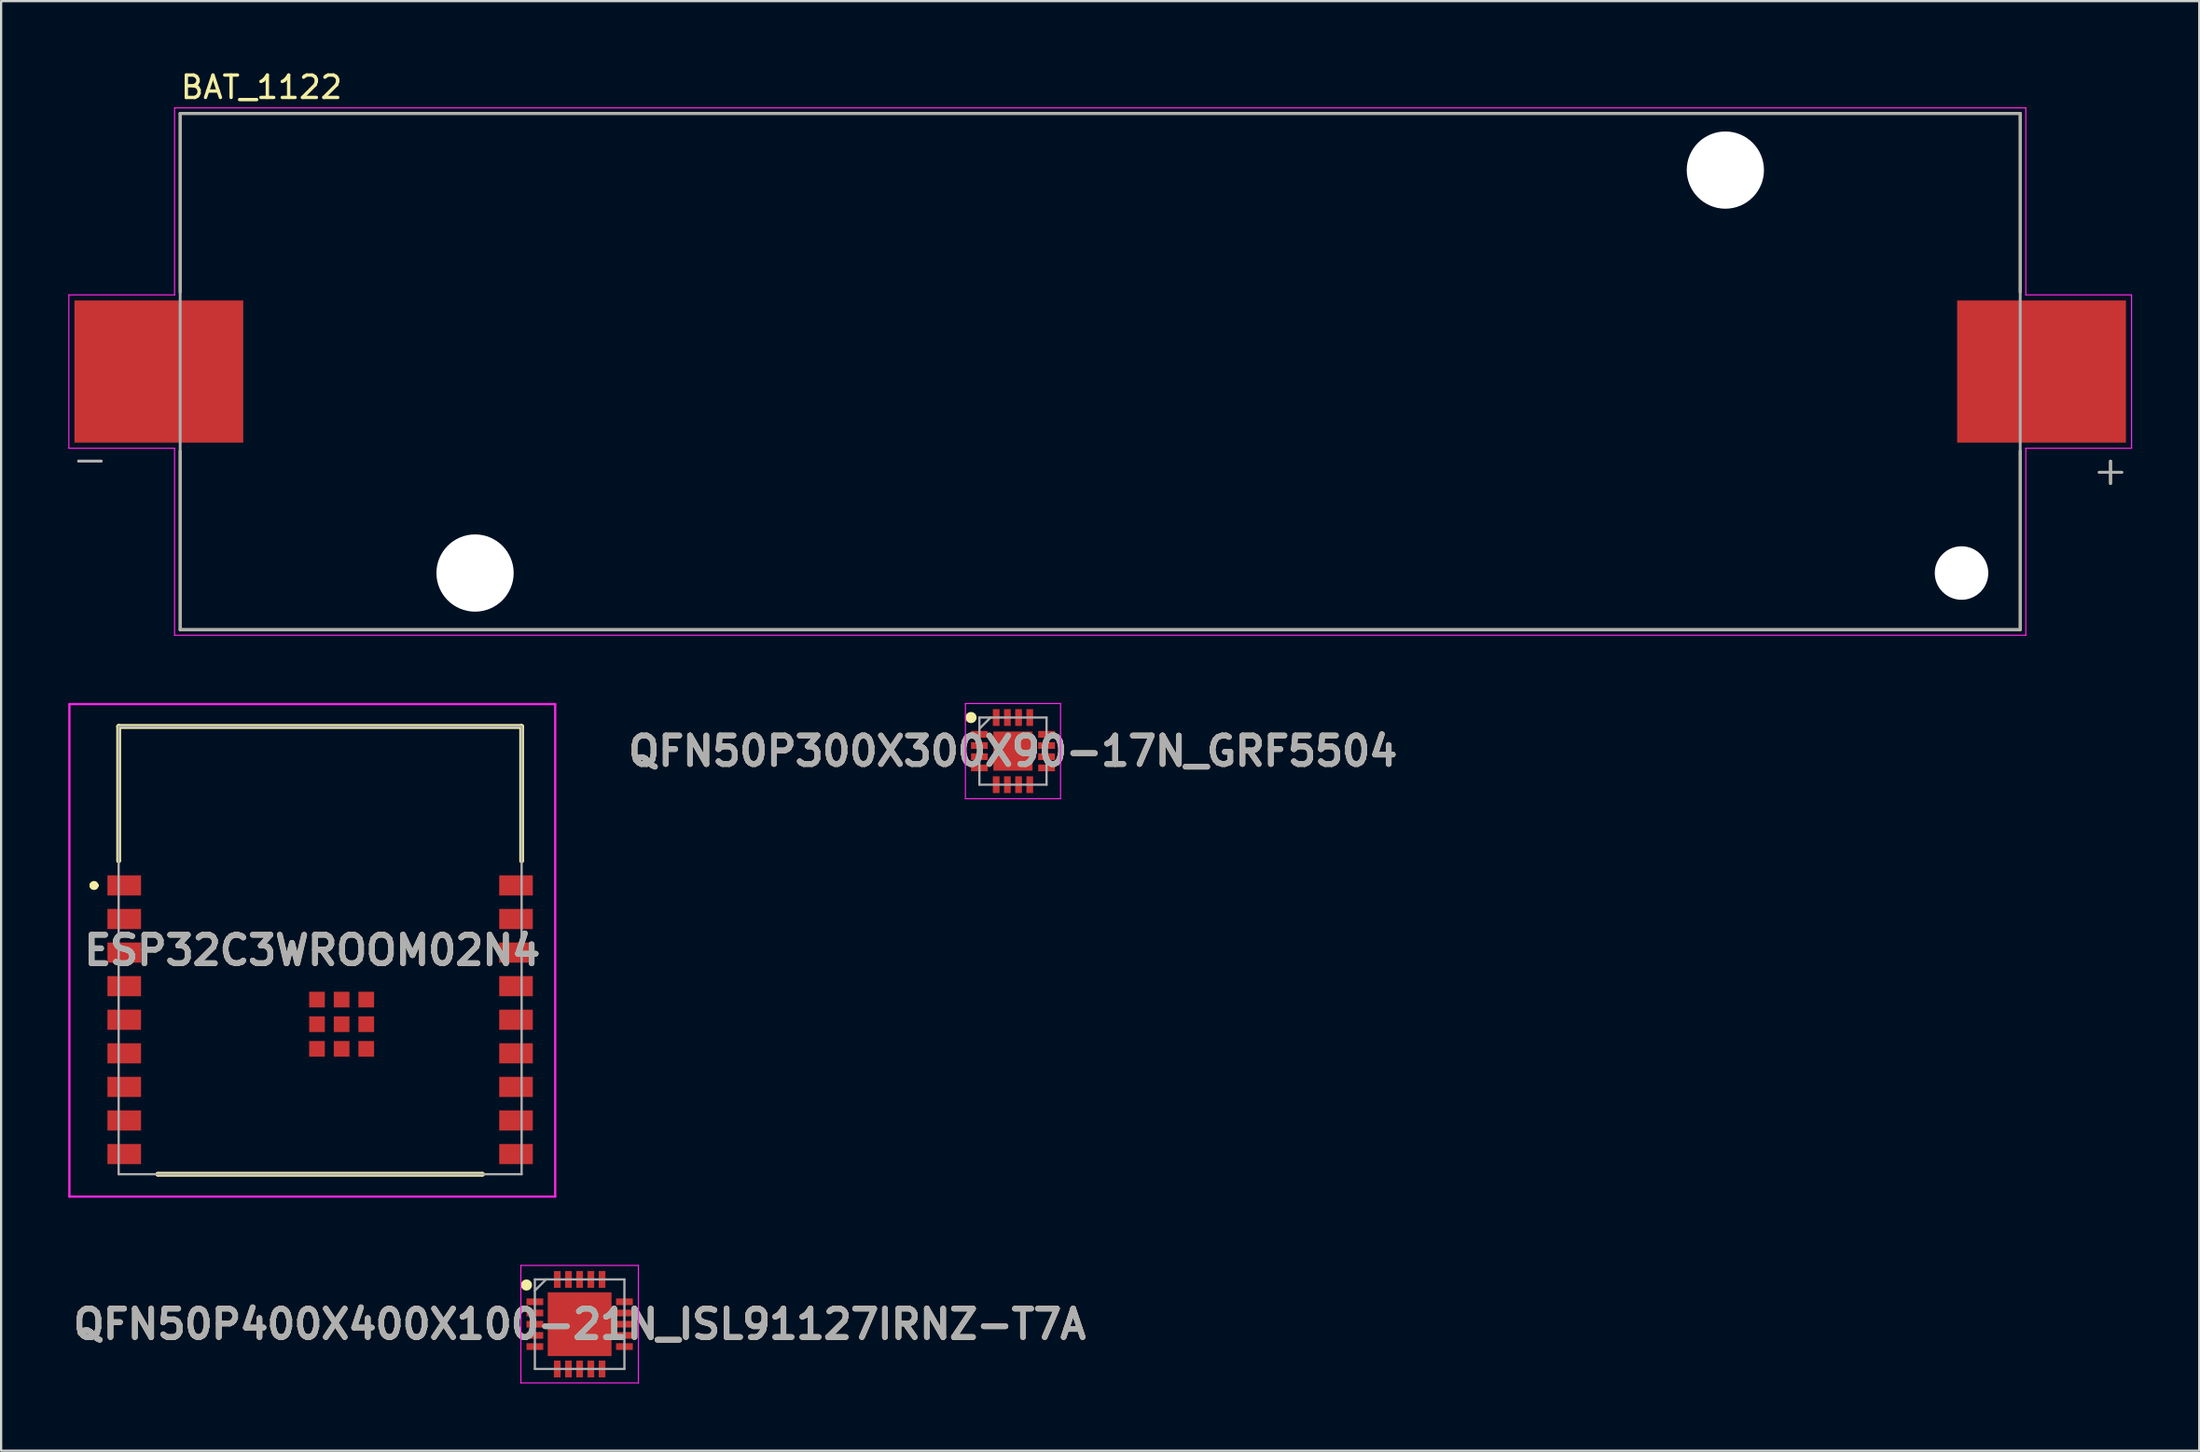
<source format=kicad_pcb>
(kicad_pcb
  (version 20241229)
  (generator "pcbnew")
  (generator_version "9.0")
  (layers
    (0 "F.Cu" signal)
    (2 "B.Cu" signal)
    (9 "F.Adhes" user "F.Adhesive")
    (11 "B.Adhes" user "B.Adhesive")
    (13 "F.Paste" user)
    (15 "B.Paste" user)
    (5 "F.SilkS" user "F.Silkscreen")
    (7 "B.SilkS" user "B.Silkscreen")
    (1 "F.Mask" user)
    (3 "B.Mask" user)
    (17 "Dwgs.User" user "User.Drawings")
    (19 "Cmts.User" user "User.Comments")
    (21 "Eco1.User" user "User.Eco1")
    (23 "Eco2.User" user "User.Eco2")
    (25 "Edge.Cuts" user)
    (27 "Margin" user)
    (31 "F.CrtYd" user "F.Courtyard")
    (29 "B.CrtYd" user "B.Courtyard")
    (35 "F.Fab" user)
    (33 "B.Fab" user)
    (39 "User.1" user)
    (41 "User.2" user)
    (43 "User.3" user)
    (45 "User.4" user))
  (footprint "ESP32C3WROOM02N4"
    (layer "F.Cu")
    (at 12.21 42.703)
    (property "Reference" "ESP32C3WROOM02N4" (at -1.31 -3.3 0) (layer "F.SilkS") (effects (font (size 1.27 1.27) (thickness 0.254))))
    (attr smd)
    (fp_line (start -11.16 -6.2) (end -11.16 -6.2) (stroke (width 0.2) (type solid)) (layer "F.SilkS"))
    (fp_line (start -11.16 -6.2) (end -11.16 -6.2) (stroke (width 0.2) (type solid)) (layer "F.SilkS"))
    (fp_line (start -10.96 -6.2) (end -10.96 -6.2) (stroke (width 0.2) (type solid)) (layer "F.SilkS"))
    (fp_line (start -9.96 -13.3) (end -9.96 -13.3) (stroke (width 0.2) (type solid)) (layer "F.SilkS"))
    (fp_line (start -9.96 -13.3) (end -9.96 -13.3) (stroke (width 0.2) (type solid)) (layer "F.SilkS"))
    (fp_line (start -9.96 -13.3) (end -9.96 -7.3) (stroke (width 0.2) (type solid)) (layer "F.SilkS"))
    (fp_line (start -9.96 -13.3) (end 8.04 -13.3) (stroke (width 0.2) (type solid)) (layer "F.SilkS"))
    (fp_line (start -9.96 -7.3) (end -9.96 -13.3) (stroke (width 0.2) (type solid)) (layer "F.SilkS"))
    (fp_line (start -9.96 -7.3) (end -9.96 -7.3) (stroke (width 0.2) (type solid)) (layer "F.SilkS"))
    (fp_line (start -8.21 6.7) (end -8.21 6.7) (stroke (width 0.2) (type solid)) (layer "F.SilkS"))
    (fp_line (start -8.21 6.7) (end 6.29 6.7) (stroke (width 0.2) (type solid)) (layer "F.SilkS"))
    (fp_line (start 6.29 6.7) (end -8.21 6.7) (stroke (width 0.2) (type solid)) (layer "F.SilkS"))
    (fp_line (start 6.29 6.7) (end 6.29 6.7) (stroke (width 0.2) (type solid)) (layer "F.SilkS"))
    (fp_line (start 8.04 -13.3) (end -9.96 -13.3) (stroke (width 0.2) (type solid)) (layer "F.SilkS"))
    (fp_line (start 8.04 -13.3) (end 8.04 -13.3) (stroke (width 0.2) (type solid)) (layer "F.SilkS"))
    (fp_line (start 8.04 -13.3) (end 8.04 -13.3) (stroke (width 0.2) (type solid)) (layer "F.SilkS"))
    (fp_line (start 8.04 -13.3) (end 8.04 -7.3) (stroke (width 0.2) (type solid)) (layer "F.SilkS"))
    (fp_line (start 8.04 -7.3) (end 8.04 -13.3) (stroke (width 0.2) (type solid)) (layer "F.SilkS"))
    (fp_line (start 8.04 -7.3) (end 8.04 -7.3) (stroke (width 0.2) (type solid)) (layer "F.SilkS"))
    (fp_arc (start -11.16 -6.2) (mid -11.06 -6.3) (end -10.96 -6.2) (stroke (width 0.2) (type solid)) (layer "F.SilkS"))
    (fp_arc (start -10.96 -6.2) (mid -11.06 -6.1) (end -11.16 -6.2) (stroke (width 0.2) (type solid)) (layer "F.SilkS"))
    (fp_arc (start -10.96 -6.2) (mid -11.06 -6.1) (end -11.16 -6.2) (stroke (width 0.2) (type solid)) (layer "F.SilkS"))
    (fp_line (start -12.16 -14.3) (end 9.54 -14.3) (stroke (width 0.1) (type solid)) (layer "F.CrtYd"))
    (fp_line (start -12.16 7.7) (end -12.16 -14.3) (stroke (width 0.1) (type solid)) (layer "F.CrtYd"))
    (fp_line (start 9.54 -14.3) (end 9.54 7.7) (stroke (width 0.1) (type solid)) (layer "F.CrtYd"))
    (fp_line (start 9.54 7.7) (end -12.16 7.7) (stroke (width 0.1) (type solid)) (layer "F.CrtYd"))
    (fp_line (start -9.96 -13.3) (end -9.96 6.7) (stroke (width 0.1) (type solid)) (layer "F.Fab"))
    (fp_line (start -9.96 6.7) (end 8.04 6.7) (stroke (width 0.1) (type solid)) (layer "F.Fab"))
    (fp_line (start 8.04 -13.3) (end -9.96 -13.3) (stroke (width 0.1) (type solid)) (layer "F.Fab"))
    (fp_line (start 8.04 6.7) (end 8.04 -13.3) (stroke (width 0.1) (type solid)) (layer "F.Fab"))
    (fp_text user "${REFERENCE}" (at -1.31 -3.3 0) (layer "F.Fab") (effects (font (size 1.27 1.27) (thickness 0.254))))
    (pad "1" smd rect (at -9.71 -6.2 90) (size 0.9 1.5) (layers "F.Cu" "F.Mask" "F.Paste"))
    (pad "2" smd rect (at -9.71 -4.7 90) (size 0.9 1.5) (layers "F.Cu" "F.Mask" "F.Paste"))
    (pad "3" smd rect (at -9.71 -3.2 90) (size 0.9 1.5) (layers "F.Cu" "F.Mask" "F.Paste"))
    (pad "4" smd rect (at -9.71 -1.7 90) (size 0.9 1.5) (layers "F.Cu" "F.Mask" "F.Paste"))
    (pad "5" smd rect (at -9.71 -0.2 90) (size 0.9 1.5) (layers "F.Cu" "F.Mask" "F.Paste"))
    (pad "6" smd rect (at -9.71 1.3 90) (size 0.9 1.5) (layers "F.Cu" "F.Mask" "F.Paste"))
    (pad "7" smd rect (at -9.71 2.8 90) (size 0.9 1.5) (layers "F.Cu" "F.Mask" "F.Paste"))
    (pad "8" smd rect (at -9.71 4.3 90) (size 0.9 1.5) (layers "F.Cu" "F.Mask" "F.Paste"))
    (pad "9" smd rect (at -9.71 5.8 90) (size 0.9 1.5) (layers "F.Cu" "F.Mask" "F.Paste"))
    (pad "10" smd rect (at 7.79 5.8 90) (size 0.9 1.5) (layers "F.Cu" "F.Mask" "F.Paste"))
    (pad "11" smd rect (at 7.79 4.3 90) (size 0.9 1.5) (layers "F.Cu" "F.Mask" "F.Paste"))
    (pad "12" smd rect (at 7.79 2.8 90) (size 0.9 1.5) (layers "F.Cu" "F.Mask" "F.Paste"))
    (pad "13" smd rect (at 7.79 1.3 90) (size 0.9 1.5) (layers "F.Cu" "F.Mask" "F.Paste"))
    (pad "14" smd rect (at 7.79 -0.2 90) (size 0.9 1.5) (layers "F.Cu" "F.Mask" "F.Paste"))
    (pad "15" smd rect (at 7.79 -1.7 90) (size 0.9 1.5) (layers "F.Cu" "F.Mask" "F.Paste"))
    (pad "16" smd rect (at 7.79 -3.2 90) (size 0.9 1.5) (layers "F.Cu" "F.Mask" "F.Paste"))
    (pad "17" smd rect (at 7.79 -4.7 90) (size 0.9 1.5) (layers "F.Cu" "F.Mask" "F.Paste"))
    (pad "18" smd rect (at 7.79 -6.2 90) (size 0.9 1.5) (layers "F.Cu" "F.Mask" "F.Paste"))
    (pad "19" smd rect (at 0 0 90) (size 0.7 0.7) (layers "F.Cu" "F.Mask" "F.Paste"))
    (pad "20" smd rect (at 1.1 0 90) (size 0.7 0.7) (layers "F.Cu" "F.Mask" "F.Paste"))
    (pad "21" smd rect (at 1.1 -1.1 90) (size 0.7 0.7) (layers "F.Cu" "F.Mask" "F.Paste"))
    (pad "22" smd rect (at 0 -1.1 90) (size 0.7 0.7) (layers "F.Cu" "F.Mask" "F.Paste"))
    (pad "23" smd rect (at -1.1 -1.1 90) (size 0.7 0.7) (layers "F.Cu" "F.Mask" "F.Paste"))
    (pad "24" smd rect (at -1.1 0 90) (size 0.7 0.7) (layers "F.Cu" "F.Mask" "F.Paste"))
    (pad "25" smd rect (at -1.1 1.1 90) (size 0.7 0.7) (layers "F.Cu" "F.Mask" "F.Paste"))
    (pad "26" smd rect (at 0 1.1 90) (size 0.7 0.7) (layers "F.Cu" "F.Mask" "F.Paste"))
    (pad "27" smd rect (at 1.1 1.1 90) (size 0.7 0.7) (layers "F.Cu" "F.Mask" "F.Paste")))
  (footprint "QFN50P400X400X100-21N_ISL91127IRNZ-T7A"
    (layer "F.Cu")
    (at 22.842 56.103)
    (property "Reference" "QFN50P400X400X100-21N_ISL91127IRNZ-T7A" (at 0 0 0) (layer "F.SilkS") (effects (font (size 1.27 1.27) (thickness 0.254))))
    (attr smd)
    (fp_circle (center -2.375 -1.75) (end -2.375 -1.625) (stroke (width 0.25) (type solid)) (fill no) (layer "F.SilkS"))
    (fp_line (start -2.625 -2.625) (end 2.625 -2.625) (stroke (width 0.05) (type solid)) (layer "F.CrtYd"))
    (fp_line (start -2.625 2.625) (end -2.625 -2.625) (stroke (width 0.05) (type solid)) (layer "F.CrtYd"))
    (fp_line (start 2.625 -2.625) (end 2.625 2.625) (stroke (width 0.05) (type solid)) (layer "F.CrtYd"))
    (fp_line (start 2.625 2.625) (end -2.625 2.625) (stroke (width 0.05) (type solid)) (layer "F.CrtYd"))
    (fp_line (start -2 -2) (end 2 -2) (stroke (width 0.1) (type solid)) (layer "F.Fab"))
    (fp_line (start -2 -1.5) (end -1.5 -2) (stroke (width 0.1) (type solid)) (layer "F.Fab"))
    (fp_line (start -2 2) (end -2 -2) (stroke (width 0.1) (type solid)) (layer "F.Fab"))
    (fp_line (start 2 -2) (end 2 2) (stroke (width 0.1) (type solid)) (layer "F.Fab"))
    (fp_line (start 2 2) (end -2 2) (stroke (width 0.1) (type solid)) (layer "F.Fab"))
    (fp_text user "${REFERENCE}" (at 0 0 0) (layer "F.Fab") (effects (font (size 1.27 1.27) (thickness 0.254))))
    (pad "1" smd rect (at -2 -1 90) (size 0.3 0.75) (layers "F.Cu" "F.Mask" "F.Paste"))
    (pad "2" smd rect (at -2 -0.5 90) (size 0.3 0.75) (layers "F.Cu" "F.Mask" "F.Paste"))
    (pad "3" smd rect (at -2 0 90) (size 0.3 0.75) (layers "F.Cu" "F.Mask" "F.Paste"))
    (pad "4" smd rect (at -2 0.5 90) (size 0.3 0.75) (layers "F.Cu" "F.Mask" "F.Paste"))
    (pad "5" smd rect (at -2 1 90) (size 0.3 0.75) (layers "F.Cu" "F.Mask" "F.Paste"))
    (pad "6" smd rect (at -1 2) (size 0.3 0.75) (layers "F.Cu" "F.Mask" "F.Paste"))
    (pad "7" smd rect (at -0.5 2) (size 0.3 0.75) (layers "F.Cu" "F.Mask" "F.Paste"))
    (pad "8" smd rect (at 0 2) (size 0.3 0.75) (layers "F.Cu" "F.Mask" "F.Paste"))
    (pad "9" smd rect (at 0.5 2) (size 0.3 0.75) (layers "F.Cu" "F.Mask" "F.Paste"))
    (pad "10" smd rect (at 1 2) (size 0.3 0.75) (layers "F.Cu" "F.Mask" "F.Paste"))
    (pad "11" smd rect (at 2 1 90) (size 0.3 0.75) (layers "F.Cu" "F.Mask" "F.Paste"))
    (pad "12" smd rect (at 2 0.5 90) (size 0.3 0.75) (layers "F.Cu" "F.Mask" "F.Paste"))
    (pad "13" smd rect (at 2 0 90) (size 0.3 0.75) (layers "F.Cu" "F.Mask" "F.Paste"))
    (pad "14" smd rect (at 2 -0.5 90) (size 0.3 0.75) (layers "F.Cu" "F.Mask" "F.Paste"))
    (pad "15" smd rect (at 2 -1 90) (size 0.3 0.75) (layers "F.Cu" "F.Mask" "F.Paste"))
    (pad "16" smd rect (at 1 -2) (size 0.3 0.75) (layers "F.Cu" "F.Mask" "F.Paste"))
    (pad "17" smd rect (at 0.5 -2) (size 0.3 0.75) (layers "F.Cu" "F.Mask" "F.Paste"))
    (pad "18" smd rect (at 0 -2) (size 0.3 0.75) (layers "F.Cu" "F.Mask" "F.Paste"))
    (pad "19" smd rect (at -0.5 -2) (size 0.3 0.75) (layers "F.Cu" "F.Mask" "F.Paste"))
    (pad "20" smd rect (at -1 -2) (size 0.3 0.75) (layers "F.Cu" "F.Mask" "F.Paste"))
    (pad "21" smd rect (at 0 0) (size 2.85 2.85) (layers "F.Cu" "F.Mask" "F.Paste")))
  (footprint "QFN50P300X300X90-17N_GRF5504"
    (layer "F.Cu")
    (at 42.199 30.503)
    (property "Reference" "QFN50P300X300X90-17N_GRF5504" (at 0 0 0) (layer "F.SilkS") (effects (font (size 1.27 1.27) (thickness 0.254))))
    (attr smd)
    (fp_circle (center -1.875 -1.5) (end -1.875 -1.375) (stroke (width 0.25) (type solid)) (fill no) (layer "F.SilkS"))
    (fp_line (start -2.125 -2.125) (end 2.125 -2.125) (stroke (width 0.05) (type solid)) (layer "F.CrtYd"))
    (fp_line (start -2.125 2.125) (end -2.125 -2.125) (stroke (width 0.05) (type solid)) (layer "F.CrtYd"))
    (fp_line (start 2.125 -2.125) (end 2.125 2.125) (stroke (width 0.05) (type solid)) (layer "F.CrtYd"))
    (fp_line (start 2.125 2.125) (end -2.125 2.125) (stroke (width 0.05) (type solid)) (layer "F.CrtYd"))
    (fp_line (start -1.5 -1.5) (end 1.5 -1.5) (stroke (width 0.1) (type solid)) (layer "F.Fab"))
    (fp_line (start -1.5 -1) (end -1 -1.5) (stroke (width 0.1) (type solid)) (layer "F.Fab"))
    (fp_line (start -1.5 1.5) (end -1.5 -1.5) (stroke (width 0.1) (type solid)) (layer "F.Fab"))
    (fp_line (start 1.5 -1.5) (end 1.5 1.5) (stroke (width 0.1) (type solid)) (layer "F.Fab"))
    (fp_line (start 1.5 1.5) (end -1.5 1.5) (stroke (width 0.1) (type solid)) (layer "F.Fab"))
    (fp_text user "${REFERENCE}" (at 0 0 0) (layer "F.Fab") (effects (font (size 1.27 1.27) (thickness 0.254))))
    (pad "1" smd rect (at -1.5 -0.75 90) (size 0.3 0.75) (layers "F.Cu" "F.Mask" "F.Paste"))
    (pad "2" smd rect (at -1.5 -0.25 90) (size 0.3 0.75) (layers "F.Cu" "F.Mask" "F.Paste"))
    (pad "3" smd rect (at -1.5 0.25 90) (size 0.3 0.75) (layers "F.Cu" "F.Mask" "F.Paste"))
    (pad "4" smd rect (at -1.5 0.75 90) (size 0.3 0.75) (layers "F.Cu" "F.Mask" "F.Paste"))
    (pad "5" smd rect (at -0.75 1.5) (size 0.3 0.75) (layers "F.Cu" "F.Mask" "F.Paste"))
    (pad "6" smd rect (at -0.25 1.5) (size 0.3 0.75) (layers "F.Cu" "F.Mask" "F.Paste"))
    (pad "7" smd rect (at 0.25 1.5) (size 0.3 0.75) (layers "F.Cu" "F.Mask" "F.Paste"))
    (pad "8" smd rect (at 0.75 1.5) (size 0.3 0.75) (layers "F.Cu" "F.Mask" "F.Paste"))
    (pad "9" smd rect (at 1.5 0.75 90) (size 0.3 0.75) (layers "F.Cu" "F.Mask" "F.Paste"))
    (pad "10" smd rect (at 1.5 0.25 90) (size 0.3 0.75) (layers "F.Cu" "F.Mask" "F.Paste"))
    (pad "11" smd rect (at 1.5 -0.25 90) (size 0.3 0.75) (layers "F.Cu" "F.Mask" "F.Paste"))
    (pad "12" smd rect (at 1.5 -0.75 90) (size 0.3 0.75) (layers "F.Cu" "F.Mask" "F.Paste"))
    (pad "13" smd rect (at 0.75 -1.5) (size 0.3 0.75) (layers "F.Cu" "F.Mask" "F.Paste"))
    (pad "14" smd rect (at 0.25 -1.5) (size 0.3 0.75) (layers "F.Cu" "F.Mask" "F.Paste"))
    (pad "15" smd rect (at -0.25 -1.5) (size 0.3 0.75) (layers "F.Cu" "F.Mask" "F.Paste"))
    (pad "16" smd rect (at -0.75 -1.5) (size 0.3 0.75) (layers "F.Cu" "F.Mask" "F.Paste"))
    (pad "17" smd rect (at 0 0) (size 1.75 1.75) (layers "F.Cu" "F.Mask" "F.Paste")))
  (footprint "BAT_1122"
    (layer "F.Cu")
    (at 46.095 13.548)
    (property "Reference" "BAT_1122" (at -37.465 -12.7 0) (layer "F.SilkS") (effects (font (size 1 1) (thickness 0.15))))
    (attr through_hole)
    (fp_line (start -45.63 4) (end -44.63 4) (stroke (width 0.127) (type solid)) (layer "F.SilkS"))
    (fp_line (start -41.097 -11.53) (end 41.097 -11.53) (stroke (width 0.127) (type solid)) (layer "F.SilkS"))
    (fp_line (start -41.097 -3.55) (end -41.097 -11.53) (stroke (width 0.127) (type solid)) (layer "F.SilkS"))
    (fp_line (start -41.097 11.53) (end -41.097 3.55) (stroke (width 0.127) (type solid)) (layer "F.SilkS"))
    (fp_line (start 41.097 -11.53) (end 41.097 -3.55) (stroke (width 0.127) (type solid)) (layer "F.SilkS"))
    (fp_line (start 41.097 3.55) (end 41.097 11.53) (stroke (width 0.127) (type solid)) (layer "F.SilkS"))
    (fp_line (start 41.097 11.53) (end -41.097 11.53) (stroke (width 0.127) (type solid)) (layer "F.SilkS"))
    (fp_line (start 44.63 4.5) (end 45.63 4.5) (stroke (width 0.127) (type solid)) (layer "F.SilkS"))
    (fp_line (start 45.13 4) (end 45.13 5) (stroke (width 0.127) (type solid)) (layer "F.SilkS"))
    (fp_line (start -46.07 -3.425) (end -41.347 -3.425) (stroke (width 0.05) (type solid)) (layer "F.CrtYd"))
    (fp_line (start -46.07 3.425) (end -46.07 -3.425) (stroke (width 0.05) (type solid)) (layer "F.CrtYd"))
    (fp_line (start -41.347 -11.78) (end 41.347 -11.78) (stroke (width 0.05) (type solid)) (layer "F.CrtYd"))
    (fp_line (start -41.347 -3.425) (end -41.347 -11.78) (stroke (width 0.05) (type solid)) (layer "F.CrtYd"))
    (fp_line (start -41.347 3.425) (end -46.07 3.425) (stroke (width 0.05) (type solid)) (layer "F.CrtYd"))
    (fp_line (start -41.347 11.78) (end -41.347 3.425) (stroke (width 0.05) (type solid)) (layer "F.CrtYd"))
    (fp_line (start 41.347 -11.78) (end 41.347 -3.425) (stroke (width 0.05) (type solid)) (layer "F.CrtYd"))
    (fp_line (start 41.347 -3.425) (end 46.07 -3.425) (stroke (width 0.05) (type solid)) (layer "F.CrtYd"))
    (fp_line (start 41.347 3.425) (end 41.347 11.78) (stroke (width 0.05) (type solid)) (layer "F.CrtYd"))
    (fp_line (start 41.347 11.78) (end -41.347 11.78) (stroke (width 0.05) (type solid)) (layer "F.CrtYd"))
    (fp_line (start 46.07 -3.425) (end 46.07 3.425) (stroke (width 0.05) (type solid)) (layer "F.CrtYd"))
    (fp_line (start 46.07 3.425) (end 41.347 3.425) (stroke (width 0.05) (type solid)) (layer "F.CrtYd"))
    (fp_line (start -45.63 4) (end -44.63 4) (stroke (width 0.127) (type solid)) (layer "F.Fab"))
    (fp_line (start -41.097 -11.53) (end 41.097 -11.53) (stroke (width 0.127) (type solid)) (layer "F.Fab"))
    (fp_line (start -41.097 11.53) (end -41.097 -11.53) (stroke (width 0.127) (type solid)) (layer "F.Fab"))
    (fp_line (start 41.097 -11.53) (end 41.097 11.53) (stroke (width 0.127) (type solid)) (layer "F.Fab"))
    (fp_line (start 41.097 11.53) (end -41.097 11.53) (stroke (width 0.127) (type solid)) (layer "F.Fab"))
    (fp_line (start 44.63 4.5) (end 45.63 4.5) (stroke (width 0.127) (type solid)) (layer "F.Fab"))
    (fp_line (start 45.13 4) (end 45.13 5) (stroke (width 0.127) (type solid)) (layer "F.Fab"))
    (pad "" np_thru_hole circle (at -27.925 9) (size 3.45 3.45) (drill 3.45) (layers "*.Cu" "*.Mask"))
    (pad "" np_thru_hole circle (at 27.925 -9) (size 3.45 3.45) (drill 3.45) (layers "*.Cu" "*.Mask"))
    (pad "" np_thru_hole circle (at 38.475 9) (size 2.39 2.39) (drill 2.39) (layers "*.Cu" "*.Mask"))
    (pad "N" smd rect (at -42.05 0) (size 7.54 6.35) (layers "F.Cu" "F.Mask" "F.Paste"))
    (pad "P" smd rect (at 42.05 0) (size 7.54 6.35) (layers "F.Cu" "F.Mask" "F.Paste")))
  (gr_rect
    (start -3 -3)
    (end 95.19 61.753)
    (stroke (width 0.1) (type default))
    (fill no)
    (layer "Edge.Cuts")))
</source>
